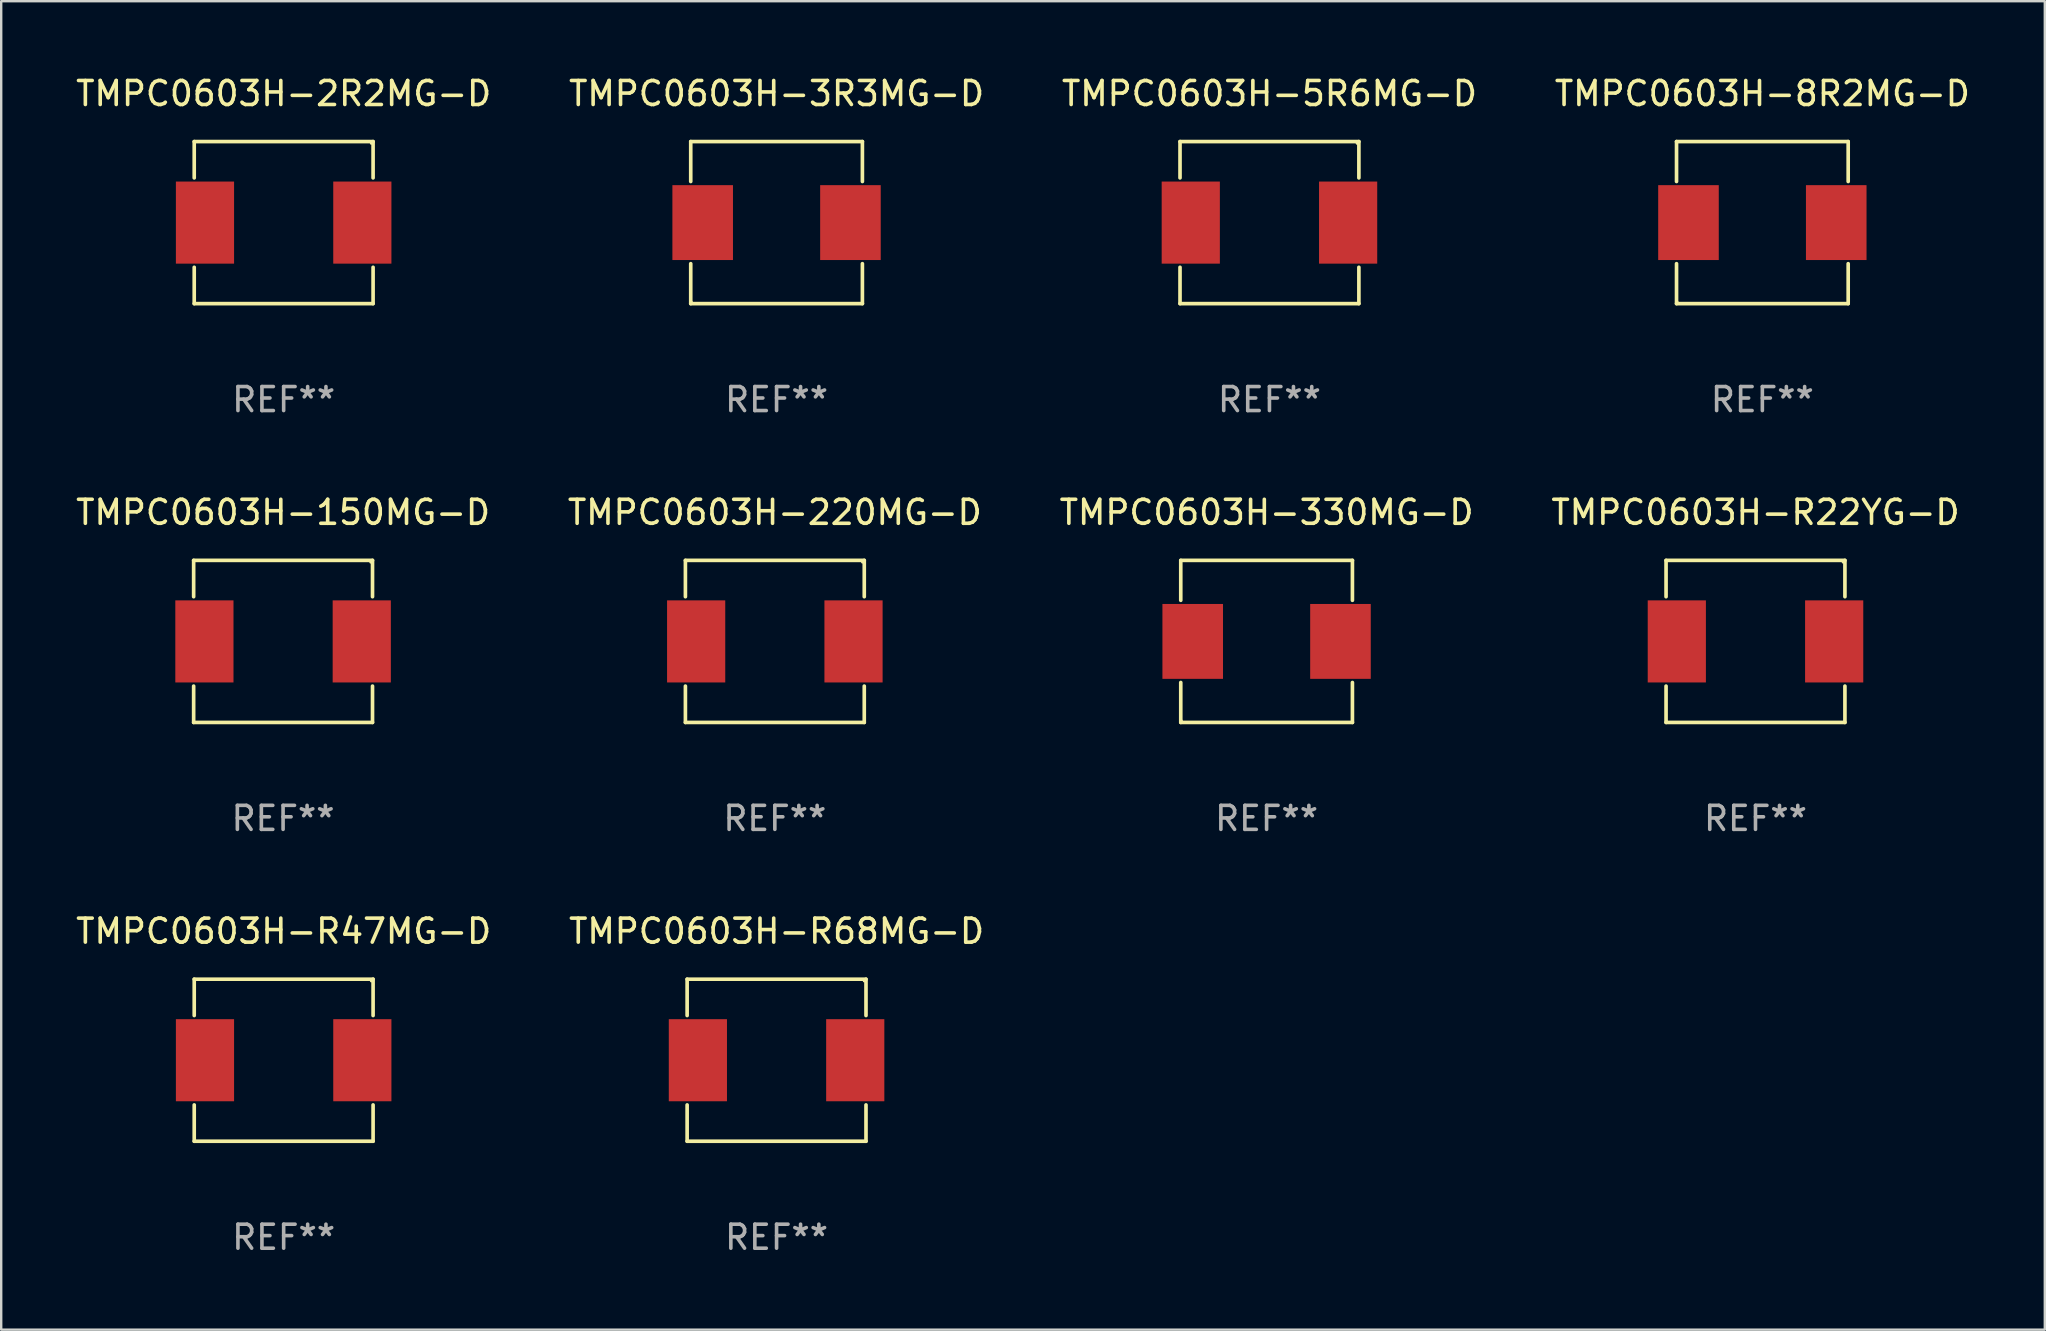
<source format=kicad_pcb>
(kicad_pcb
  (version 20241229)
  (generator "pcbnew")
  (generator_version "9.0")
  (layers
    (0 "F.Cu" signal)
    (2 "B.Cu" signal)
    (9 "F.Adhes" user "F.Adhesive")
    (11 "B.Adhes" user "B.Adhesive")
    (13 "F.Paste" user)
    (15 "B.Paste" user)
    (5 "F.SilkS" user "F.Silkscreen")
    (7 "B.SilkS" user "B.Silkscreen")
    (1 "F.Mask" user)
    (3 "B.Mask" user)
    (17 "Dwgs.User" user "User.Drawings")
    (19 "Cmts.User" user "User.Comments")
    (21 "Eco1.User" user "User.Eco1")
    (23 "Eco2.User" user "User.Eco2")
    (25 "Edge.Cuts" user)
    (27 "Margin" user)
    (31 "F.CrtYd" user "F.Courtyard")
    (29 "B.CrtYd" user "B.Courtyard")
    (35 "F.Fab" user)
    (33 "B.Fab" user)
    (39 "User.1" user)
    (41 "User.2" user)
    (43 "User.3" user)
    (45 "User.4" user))
  (footprint "TMPC0603H-5R6MG-D"
    (layer "F.Cu")
    (at 49.839 6.224)
    (property "Reference" "TMPC0603H-5R6MG-D" (at 0 -5.376 0) (layer "F.SilkS") (effects (font (size 1 1) (thickness 0.15))))
    (attr through_hole)
    (fp_line (start -3.726 -3.376) (end 3.726 -3.376) (stroke (width 0.152) (type solid)) (layer "F.SilkS"))
    (fp_line (start -3.726 -1.862) (end -3.726 -3.376) (stroke (width 0.152) (type solid)) (layer "F.SilkS"))
    (fp_line (start -3.726 1.862) (end -3.726 3.376) (stroke (width 0.152) (type solid)) (layer "F.SilkS"))
    (fp_line (start -3.726 3.376) (end 3.726 3.376) (stroke (width 0.152) (type solid)) (layer "F.SilkS"))
    (fp_line (start 3.726 -3.376) (end 3.726 -1.862) (stroke (width 0.152) (type solid)) (layer "F.SilkS"))
    (fp_line (start 3.726 3.376) (end 3.726 1.862) (stroke (width 0.152) (type solid)) (layer "F.SilkS"))
    (fp_circle (center 3.65 -3.3) (end 3.68 -3.3) (stroke (width 0.06) (type solid)) (fill no) (layer "F.SilkS"))
    (fp_text user "REF**" (at 0 7.376 0) (layer "F.Fab") (effects (font (size 1 1) (thickness 0.15))))
    (pad "1" smd rect (at 3.278 0) (size 2.424 3.42) (layers "F.Cu" "F.Mask" "F.Paste"))
    (pad "2" smd rect (at -3.278 0) (size 2.424 3.42) (layers "F.Cu" "F.Mask" "F.Paste")))
  (footprint "TMPC0603H-R22YG-D"
    (layer "F.Cu")
    (at 70.089 23.673)
    (property "Reference" "TMPC0603H-R22YG-D" (at 0 -5.376 0) (layer "F.SilkS") (effects (font (size 1 1) (thickness 0.15))))
    (attr through_hole)
    (fp_line (start -3.726 -3.376) (end 3.726 -3.376) (stroke (width 0.152) (type solid)) (layer "F.SilkS"))
    (fp_line (start -3.726 -1.862) (end -3.726 -3.376) (stroke (width 0.152) (type solid)) (layer "F.SilkS"))
    (fp_line (start -3.726 1.862) (end -3.726 3.376) (stroke (width 0.152) (type solid)) (layer "F.SilkS"))
    (fp_line (start -3.726 3.376) (end 3.726 3.376) (stroke (width 0.152) (type solid)) (layer "F.SilkS"))
    (fp_line (start 3.726 -3.376) (end 3.726 -1.862) (stroke (width 0.152) (type solid)) (layer "F.SilkS"))
    (fp_line (start 3.726 3.376) (end 3.726 1.862) (stroke (width 0.152) (type solid)) (layer "F.SilkS"))
    (fp_circle (center 3.65 -3.3) (end 3.68 -3.3) (stroke (width 0.06) (type solid)) (fill no) (layer "F.SilkS"))
    (fp_text user "REF**" (at 0 7.376 0) (layer "F.Fab") (effects (font (size 1 1) (thickness 0.15))))
    (pad "1" smd rect (at 3.278 0) (size 2.424 3.42) (layers "F.Cu" "F.Mask" "F.Paste"))
    (pad "2" smd rect (at -3.278 0) (size 2.424 3.42) (layers "F.Cu" "F.Mask" "F.Paste")))
  (footprint "TMPC0603H-150MG-D"
    (layer "F.Cu")
    (at 8.744 23.673)
    (property "Reference" "TMPC0603H-150MG-D" (at 0 -5.376 0) (layer "F.SilkS") (effects (font (size 1 1) (thickness 0.15))))
    (attr through_hole)
    (fp_line (start -3.726 -3.376) (end 3.726 -3.376) (stroke (width 0.152) (type solid)) (layer "F.SilkS"))
    (fp_line (start -3.726 -1.862) (end -3.726 -3.376) (stroke (width 0.152) (type solid)) (layer "F.SilkS"))
    (fp_line (start -3.726 1.862) (end -3.726 3.376) (stroke (width 0.152) (type solid)) (layer "F.SilkS"))
    (fp_line (start -3.726 3.376) (end 3.726 3.376) (stroke (width 0.152) (type solid)) (layer "F.SilkS"))
    (fp_line (start 3.726 -3.376) (end 3.726 -1.862) (stroke (width 0.152) (type solid)) (layer "F.SilkS"))
    (fp_line (start 3.726 3.376) (end 3.726 1.862) (stroke (width 0.152) (type solid)) (layer "F.SilkS"))
    (fp_circle (center 3.65 -3.3) (end 3.68 -3.3) (stroke (width 0.06) (type solid)) (fill no) (layer "F.SilkS"))
    (fp_text user "REF**" (at 0 7.376 0) (layer "F.Fab") (effects (font (size 1 1) (thickness 0.15))))
    (pad "1" smd rect (at 3.278 0) (size 2.424 3.42) (layers "F.Cu" "F.Mask" "F.Paste"))
    (pad "2" smd rect (at -3.278 0) (size 2.424 3.42) (layers "F.Cu" "F.Mask" "F.Paste")))
  (footprint "TMPC0603H-R47MG-D"
    (layer "F.Cu")
    (at 8.768 41.122)
    (property "Reference" "TMPC0603H-R47MG-D" (at 0 -5.376 0) (layer "F.SilkS") (effects (font (size 1 1) (thickness 0.15))))
    (attr through_hole)
    (fp_line (start -3.726 -3.376) (end 3.726 -3.376) (stroke (width 0.152) (type solid)) (layer "F.SilkS"))
    (fp_line (start -3.726 -1.862) (end -3.726 -3.376) (stroke (width 0.152) (type solid)) (layer "F.SilkS"))
    (fp_line (start -3.726 1.862) (end -3.726 3.376) (stroke (width 0.152) (type solid)) (layer "F.SilkS"))
    (fp_line (start -3.726 3.376) (end 3.726 3.376) (stroke (width 0.152) (type solid)) (layer "F.SilkS"))
    (fp_line (start 3.726 -3.376) (end 3.726 -1.862) (stroke (width 0.152) (type solid)) (layer "F.SilkS"))
    (fp_line (start 3.726 3.376) (end 3.726 1.862) (stroke (width 0.152) (type solid)) (layer "F.SilkS"))
    (fp_circle (center 3.65 -3.3) (end 3.68 -3.3) (stroke (width 0.06) (type solid)) (fill no) (layer "F.SilkS"))
    (fp_text user "REF**" (at 0 7.376 0) (layer "F.Fab") (effects (font (size 1 1) (thickness 0.15))))
    (pad "1" smd rect (at 3.278 0) (size 2.424 3.42) (layers "F.Cu" "F.Mask" "F.Paste"))
    (pad "2" smd rect (at -3.278 0) (size 2.424 3.42) (layers "F.Cu" "F.Mask" "F.Paste")))
  (footprint "TMPC0603H-2R2MG-D"
    (layer "F.Cu")
    (at 8.768 6.224)
    (property "Reference" "TMPC0603H-2R2MG-D" (at 0 -5.376 0) (layer "F.SilkS") (effects (font (size 1 1) (thickness 0.15))))
    (attr through_hole)
    (fp_line (start -3.726 -3.376) (end 3.726 -3.376) (stroke (width 0.152) (type solid)) (layer "F.SilkS"))
    (fp_line (start -3.726 -1.862) (end -3.726 -3.376) (stroke (width 0.152) (type solid)) (layer "F.SilkS"))
    (fp_line (start -3.726 1.862) (end -3.726 3.376) (stroke (width 0.152) (type solid)) (layer "F.SilkS"))
    (fp_line (start -3.726 3.376) (end 3.726 3.376) (stroke (width 0.152) (type solid)) (layer "F.SilkS"))
    (fp_line (start 3.726 -3.376) (end 3.726 -1.862) (stroke (width 0.152) (type solid)) (layer "F.SilkS"))
    (fp_line (start 3.726 3.376) (end 3.726 1.862) (stroke (width 0.152) (type solid)) (layer "F.SilkS"))
    (fp_circle (center 3.65 -3.3) (end 3.68 -3.3) (stroke (width 0.06) (type solid)) (fill no) (layer "F.SilkS"))
    (fp_text user "REF**" (at 0 7.376 0) (layer "F.Fab") (effects (font (size 1 1) (thickness 0.15))))
    (pad "1" smd rect (at 3.278 0) (size 2.424 3.42) (layers "F.Cu" "F.Mask" "F.Paste"))
    (pad "2" smd rect (at -3.278 0) (size 2.424 3.42) (layers "F.Cu" "F.Mask" "F.Paste")))
  (footprint "TMPC0603H-220MG-D"
    (layer "F.Cu")
    (at 29.232 23.673)
    (property "Reference" "TMPC0603H-220MG-D" (at 0 -5.376 0) (layer "F.SilkS") (effects (font (size 1 1) (thickness 0.15))))
    (attr through_hole)
    (fp_line (start -3.726 -3.376) (end 3.726 -3.376) (stroke (width 0.152) (type solid)) (layer "F.SilkS"))
    (fp_line (start -3.726 -1.862) (end -3.726 -3.376) (stroke (width 0.152) (type solid)) (layer "F.SilkS"))
    (fp_line (start -3.726 1.862) (end -3.726 3.376) (stroke (width 0.152) (type solid)) (layer "F.SilkS"))
    (fp_line (start -3.726 3.376) (end 3.726 3.376) (stroke (width 0.152) (type solid)) (layer "F.SilkS"))
    (fp_line (start 3.726 -3.376) (end 3.726 -1.862) (stroke (width 0.152) (type solid)) (layer "F.SilkS"))
    (fp_line (start 3.726 3.376) (end 3.726 1.862) (stroke (width 0.152) (type solid)) (layer "F.SilkS"))
    (fp_circle (center 3.65 -3.3) (end 3.68 -3.3) (stroke (width 0.06) (type solid)) (fill no) (layer "F.SilkS"))
    (fp_text user "REF**" (at 0 7.376 0) (layer "F.Fab") (effects (font (size 1 1) (thickness 0.15))))
    (pad "1" smd rect (at 3.278 0) (size 2.424 3.42) (layers "F.Cu" "F.Mask" "F.Paste"))
    (pad "2" smd rect (at -3.278 0) (size 2.424 3.42) (layers "F.Cu" "F.Mask" "F.Paste")))
  (footprint "TMPC0603H-8R2MG-D"
    (layer "F.Cu")
    (at 70.375 6.224)
    (property "Reference" "TMPC0603H-8R2MG-D" (at 0 -5.376 0) (layer "F.SilkS") (effects (font (size 1 1) (thickness 0.15))))
    (attr through_hole)
    (fp_line (start -3.576 -3.376) (end 3.576 -3.376) (stroke (width 0.152) (type solid)) (layer "F.SilkS"))
    (fp_line (start -3.576 -1.712) (end -3.576 -3.376) (stroke (width 0.152) (type solid)) (layer "F.SilkS"))
    (fp_line (start -3.576 1.712) (end -3.576 3.376) (stroke (width 0.152) (type solid)) (layer "F.SilkS"))
    (fp_line (start -3.576 3.376) (end 3.576 3.376) (stroke (width 0.152) (type solid)) (layer "F.SilkS"))
    (fp_line (start 3.576 -3.376) (end 3.576 -1.712) (stroke (width 0.152) (type solid)) (layer "F.SilkS"))
    (fp_line (start 3.576 3.376) (end 3.576 1.712) (stroke (width 0.152) (type solid)) (layer "F.SilkS"))
    (fp_circle (center -3.552 3.307) (end -3.522 3.307) (stroke (width 0.06) (type solid)) (fill no) (layer "F.SilkS"))
    (fp_text user "REF**" (at 0 7.376 0) (layer "F.Fab") (effects (font (size 1 1) (thickness 0.15))))
    (pad "1" smd rect (at -3.078 0) (size 2.524 3.12) (layers "F.Cu" "F.Mask" "F.Paste"))
    (pad "2" smd rect (at 3.078 0) (size 2.524 3.12) (layers "F.Cu" "F.Mask" "F.Paste")))
  (footprint "TMPC0603H-R68MG-D"
    (layer "F.Cu")
    (at 29.304 41.122)
    (property "Reference" "TMPC0603H-R68MG-D" (at 0 -5.376 0) (layer "F.SilkS") (effects (font (size 1 1) (thickness 0.15))))
    (attr through_hole)
    (fp_line (start -3.726 -3.376) (end 3.726 -3.376) (stroke (width 0.152) (type solid)) (layer "F.SilkS"))
    (fp_line (start -3.726 -1.862) (end -3.726 -3.376) (stroke (width 0.152) (type solid)) (layer "F.SilkS"))
    (fp_line (start -3.726 1.862) (end -3.726 3.376) (stroke (width 0.152) (type solid)) (layer "F.SilkS"))
    (fp_line (start -3.726 3.376) (end 3.726 3.376) (stroke (width 0.152) (type solid)) (layer "F.SilkS"))
    (fp_line (start 3.726 -3.376) (end 3.726 -1.862) (stroke (width 0.152) (type solid)) (layer "F.SilkS"))
    (fp_line (start 3.726 3.376) (end 3.726 1.862) (stroke (width 0.152) (type solid)) (layer "F.SilkS"))
    (fp_circle (center 3.65 -3.3) (end 3.68 -3.3) (stroke (width 0.06) (type solid)) (fill no) (layer "F.SilkS"))
    (fp_text user "REF**" (at 0 7.376 0) (layer "F.Fab") (effects (font (size 1 1) (thickness 0.15))))
    (pad "1" smd rect (at 3.278 0) (size 2.424 3.42) (layers "F.Cu" "F.Mask" "F.Paste"))
    (pad "2" smd rect (at -3.278 0) (size 2.424 3.42) (layers "F.Cu" "F.Mask" "F.Paste")))
  (footprint "TMPC0603H-3R3MG-D"
    (layer "F.Cu")
    (at 29.304 6.224)
    (property "Reference" "TMPC0603H-3R3MG-D" (at 0 -5.376 0) (layer "F.SilkS") (effects (font (size 1 1) (thickness 0.15))))
    (attr through_hole)
    (fp_line (start -3.576 -3.376) (end 3.576 -3.376) (stroke (width 0.152) (type solid)) (layer "F.SilkS"))
    (fp_line (start -3.576 -1.712) (end -3.576 -3.376) (stroke (width 0.152) (type solid)) (layer "F.SilkS"))
    (fp_line (start -3.576 1.712) (end -3.576 3.376) (stroke (width 0.152) (type solid)) (layer "F.SilkS"))
    (fp_line (start -3.576 3.376) (end 3.576 3.376) (stroke (width 0.152) (type solid)) (layer "F.SilkS"))
    (fp_line (start 3.576 -3.376) (end 3.576 -1.712) (stroke (width 0.152) (type solid)) (layer "F.SilkS"))
    (fp_line (start 3.576 3.376) (end 3.576 1.712) (stroke (width 0.152) (type solid)) (layer "F.SilkS"))
    (fp_circle (center -3.552 3.307) (end -3.522 3.307) (stroke (width 0.06) (type solid)) (fill no) (layer "F.SilkS"))
    (fp_text user "REF**" (at 0 7.376 0) (layer "F.Fab") (effects (font (size 1 1) (thickness 0.15))))
    (pad "1" smd rect (at -3.078 0) (size 2.524 3.12) (layers "F.Cu" "F.Mask" "F.Paste"))
    (pad "2" smd rect (at 3.078 0) (size 2.524 3.12) (layers "F.Cu" "F.Mask" "F.Paste")))
  (footprint "TMPC0603H-330MG-D"
    (layer "F.Cu")
    (at 49.72 23.673)
    (property "Reference" "TMPC0603H-330MG-D" (at 0 -5.376 0) (layer "F.SilkS") (effects (font (size 1 1) (thickness 0.15))))
    (attr through_hole)
    (fp_line (start -3.576 -3.376) (end 3.576 -3.376) (stroke (width 0.152) (type solid)) (layer "F.SilkS"))
    (fp_line (start -3.576 -1.712) (end -3.576 -3.376) (stroke (width 0.152) (type solid)) (layer "F.SilkS"))
    (fp_line (start -3.576 1.712) (end -3.576 3.376) (stroke (width 0.152) (type solid)) (layer "F.SilkS"))
    (fp_line (start -3.576 3.376) (end 3.576 3.376) (stroke (width 0.152) (type solid)) (layer "F.SilkS"))
    (fp_line (start 3.576 -3.376) (end 3.576 -1.712) (stroke (width 0.152) (type solid)) (layer "F.SilkS"))
    (fp_line (start 3.576 3.376) (end 3.576 1.712) (stroke (width 0.152) (type solid)) (layer "F.SilkS"))
    (fp_circle (center -3.552 3.307) (end -3.522 3.307) (stroke (width 0.06) (type solid)) (fill no) (layer "F.SilkS"))
    (fp_text user "REF**" (at 0 7.376 0) (layer "F.Fab") (effects (font (size 1 1) (thickness 0.15))))
    (pad "1" smd rect (at -3.078 0) (size 2.524 3.12) (layers "F.Cu" "F.Mask" "F.Paste"))
    (pad "2" smd rect (at 3.078 0) (size 2.524 3.12) (layers "F.Cu" "F.Mask" "F.Paste")))
  (gr_rect
    (start -3 -3)
    (end 82.143 52.347)
    (stroke (width 0.1) (type default))
    (fill no)
    (layer "Edge.Cuts")))
</source>
